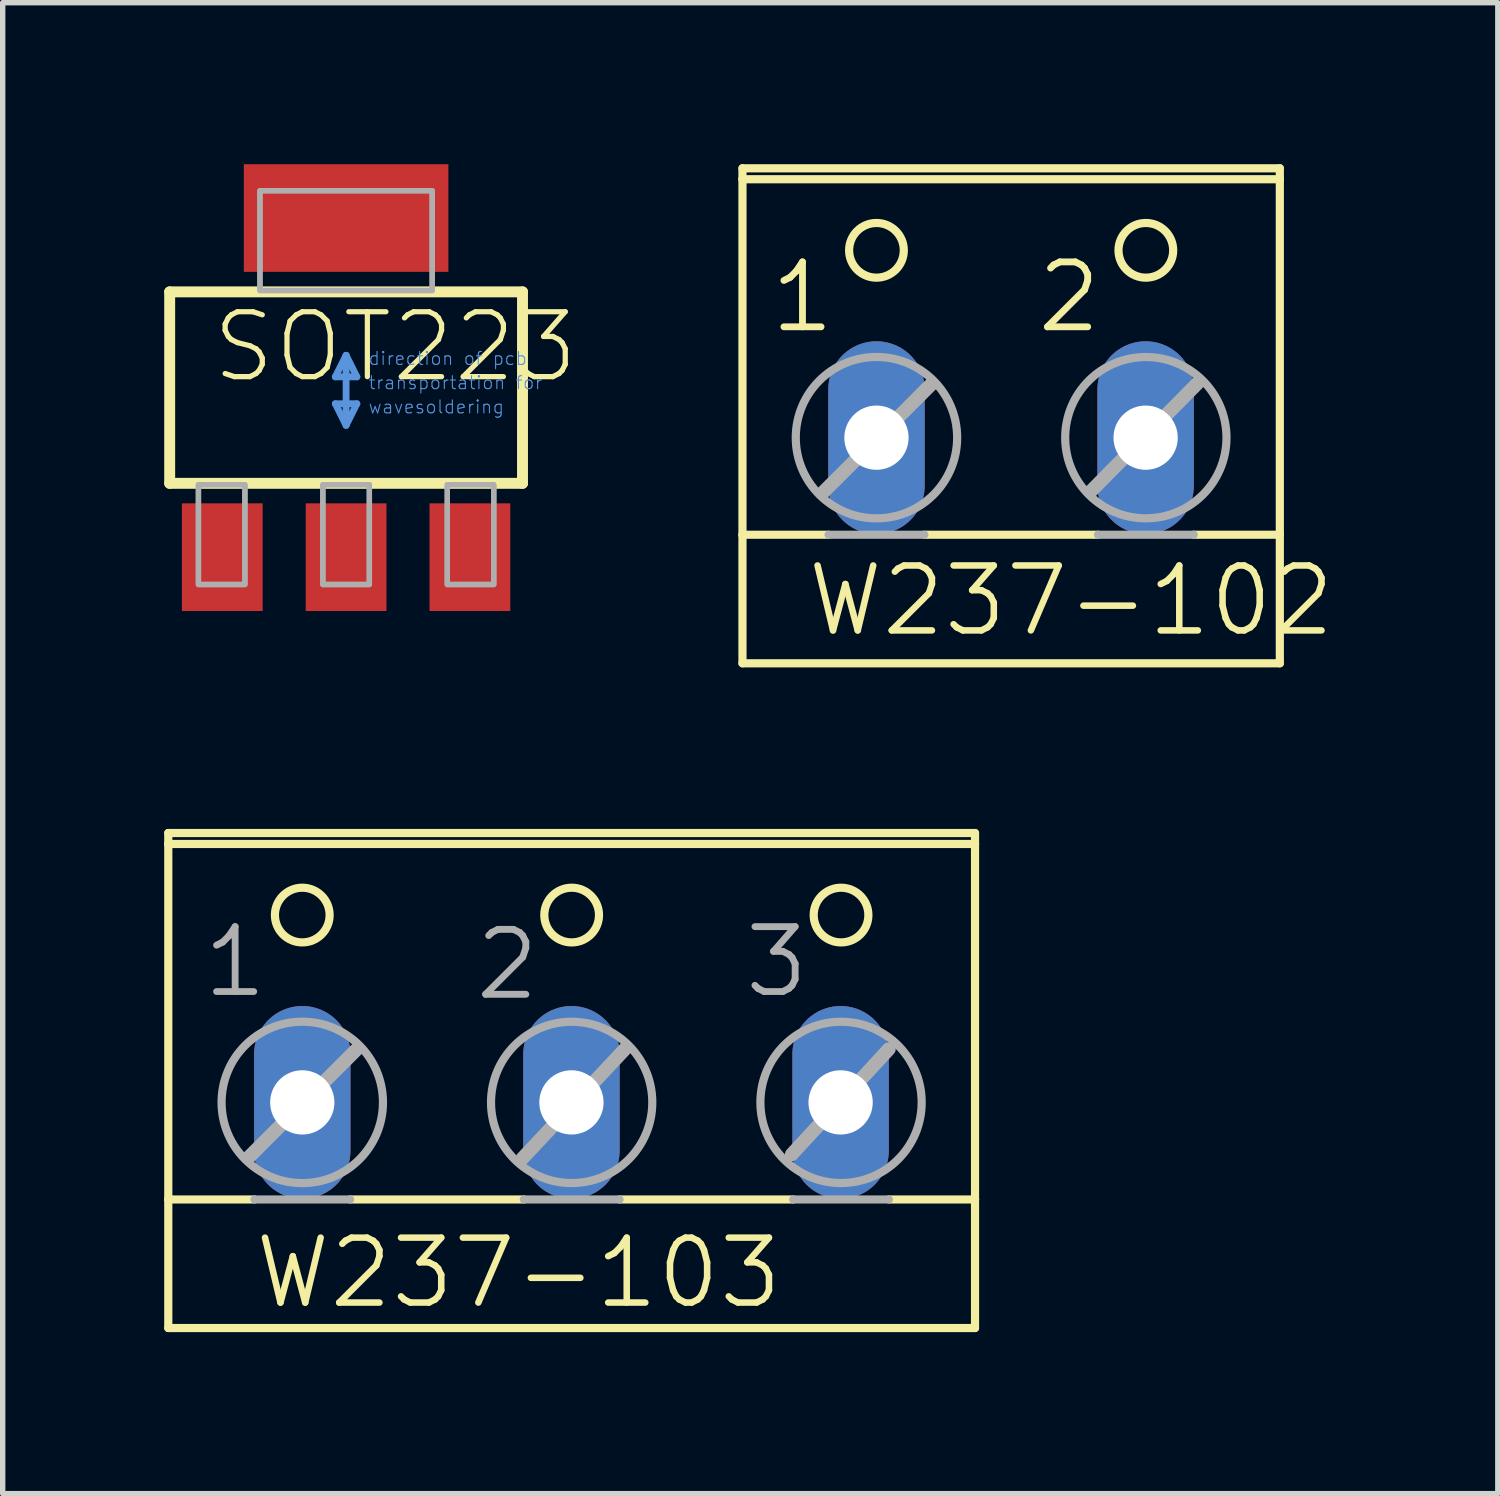
<source format=kicad_pcb>
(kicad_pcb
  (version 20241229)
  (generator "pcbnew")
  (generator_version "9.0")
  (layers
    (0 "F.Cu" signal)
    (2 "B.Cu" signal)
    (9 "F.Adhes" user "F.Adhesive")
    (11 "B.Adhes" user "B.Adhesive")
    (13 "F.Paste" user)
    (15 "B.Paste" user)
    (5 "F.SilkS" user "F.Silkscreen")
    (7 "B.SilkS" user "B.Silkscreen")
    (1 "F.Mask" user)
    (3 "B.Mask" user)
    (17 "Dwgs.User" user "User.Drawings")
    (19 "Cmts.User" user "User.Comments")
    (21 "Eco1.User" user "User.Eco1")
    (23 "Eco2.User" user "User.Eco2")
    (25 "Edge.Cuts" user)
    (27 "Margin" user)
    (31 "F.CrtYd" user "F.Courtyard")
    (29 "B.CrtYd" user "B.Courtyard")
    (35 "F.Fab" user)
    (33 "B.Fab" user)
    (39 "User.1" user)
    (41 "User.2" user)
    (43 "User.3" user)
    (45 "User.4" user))
  (footprint "W237-103"
    (layer "F.Cu")
    (at 7.565 16.138)
    (property "Reference" "W237-103" (at -5.944 5.162 0) (layer "F.SilkS") (effects (font (size 1.206 1.206) (thickness 0.121)) (justify left bottom)))
    (attr through_hole)
    (fp_line (start -7.489 -3.511) (end -7.489 -3.714) (stroke (width 0.152) (type solid)) (layer "F.SilkS"))
    (fp_line (start -7.489 3.093) (end -7.489 -3.511) (stroke (width 0.152) (type solid)) (layer "F.SilkS"))
    (fp_line (start -7.489 3.093) (end -5.889 3.093) (stroke (width 0.152) (type solid)) (layer "F.SilkS"))
    (fp_line (start -7.489 5.481) (end -7.489 3.093) (stroke (width 0.152) (type solid)) (layer "F.SilkS"))
    (fp_line (start -7.489 5.481) (end 7.497 5.481) (stroke (width 0.152) (type solid)) (layer "F.SilkS"))
    (fp_line (start -4.111 3.093) (end -0.885 3.093) (stroke (width 0.152) (type solid)) (layer "F.SilkS"))
    (fp_line (start 0.893 3.093) (end 4.119 3.093) (stroke (width 0.152) (type solid)) (layer "F.SilkS"))
    (fp_line (start 5.897 3.093) (end 7.497 3.093) (stroke (width 0.152) (type solid)) (layer "F.SilkS"))
    (fp_line (start 7.497 -3.714) (end -7.489 -3.714) (stroke (width 0.152) (type solid)) (layer "F.SilkS"))
    (fp_line (start 7.497 -3.714) (end 7.497 -3.511) (stroke (width 0.152) (type solid)) (layer "F.SilkS"))
    (fp_line (start 7.497 -3.511) (end -7.489 -3.511) (stroke (width 0.152) (type solid)) (layer "F.SilkS"))
    (fp_line (start 7.497 -3.511) (end 7.497 3.093) (stroke (width 0.152) (type solid)) (layer "F.SilkS"))
    (fp_line (start 7.497 3.093) (end 7.497 5.481) (stroke (width 0.152) (type solid)) (layer "F.SilkS"))
    (fp_circle (center -5 -2.19) (end -4.492 -2.19) (stroke (width 0.152) (type solid)) (fill no) (layer "F.SilkS"))
    (fp_circle (center 0.004 -2.19) (end 0.512 -2.19) (stroke (width 0.152) (type solid)) (fill no) (layer "F.SilkS"))
    (fp_circle (center 5.008 -2.19) (end 5.516 -2.19) (stroke (width 0.152) (type solid)) (fill no) (layer "F.SilkS"))
    (fp_line (start -5.991 2.306) (end -3.984 0.299) (stroke (width 0.254) (type solid)) (layer "F.Fab"))
    (fp_line (start -5.889 3.093) (end -4.111 3.093) (stroke (width 0.152) (type solid)) (layer "F.Fab"))
    (fp_line (start -0.911 2.331) (end 0.994 0.299) (stroke (width 0.254) (type solid)) (layer "F.Fab"))
    (fp_line (start -0.885 3.093) (end 0.893 3.093) (stroke (width 0.152) (type solid)) (layer "F.Fab"))
    (fp_line (start 4.093 2.255) (end 5.897 0.299) (stroke (width 0.254) (type solid)) (layer "F.Fab"))
    (fp_line (start 4.119 3.093) (end 5.897 3.093) (stroke (width 0.152) (type solid)) (layer "F.Fab"))
    (fp_circle (center -5 1.29) (end -3.501 1.29) (stroke (width 0.152) (type solid)) (fill no) (layer "F.Fab"))
    (fp_circle (center 0.004 1.29) (end 1.502 1.29) (stroke (width 0.152) (type solid)) (fill no) (layer "F.Fab"))
    (fp_circle (center 5.008 1.29) (end 6.506 1.29) (stroke (width 0.152) (type solid)) (fill no) (layer "F.Fab"))
    (fp_text user "3" (at 3.153 -0.615 0) (layer "F.Fab") (effects (font (size 1.206 1.206) (thickness 0.127)) (justify left bottom)))
    (fp_text user "1" (at -6.905 -0.615 0) (layer "F.Fab") (effects (font (size 1.206 1.206) (thickness 0.127)) (justify left bottom)))
    (fp_text user "2" (at -1.85 -0.564 0) (layer "F.Fab") (effects (font (size 1.206 1.206) (thickness 0.127)) (justify left bottom)))
    (pad "1" thru_hole oval (at -5 1.29 90) (size 3.581 1.791) (drill 1.194) (layers "*.Cu" "*.Mask"))
    (pad "2" thru_hole oval (at 0 1.29 90) (size 3.581 1.791) (drill 1.194) (layers "*.Cu" "*.Mask"))
    (pad "3" thru_hole oval (at 5 1.29 90) (size 3.581 1.791) (drill 1.194) (layers "*.Cu" "*.Mask")))
  (footprint "SOT223"
    (layer "F.Cu")
    (at 3.379 4.15)
    (property "Reference" "SOT223" (at -2.54 -0.051 0) (layer "F.SilkS") (effects (font (size 1.206 1.206) (thickness 0.097)) (justify left bottom)))
    (attr through_hole)
    (fp_line (start -3.277 -1.778) (end 3.277 -1.778) (stroke (width 0.203) (type solid)) (layer "F.SilkS"))
    (fp_line (start -3.277 1.778) (end -3.277 -1.778) (stroke (width 0.203) (type solid)) (layer "F.SilkS"))
    (fp_line (start 3.277 -1.778) (end 3.277 1.778) (stroke (width 0.203) (type solid)) (layer "F.SilkS"))
    (fp_line (start 3.277 1.778) (end -3.277 1.778) (stroke (width 0.203) (type solid)) (layer "F.SilkS"))
    (fp_line (start -0.2 -0.2) (end 0.2 -0.2) (stroke (width 0.127) (type solid)) (layer "Cmts.User"))
    (fp_line (start -0.2 0.3) (end 0 0.7) (stroke (width 0.127) (type solid)) (layer "Cmts.User"))
    (fp_line (start 0 -0.6) (end -0.2 -0.2) (stroke (width 0.127) (type solid)) (layer "Cmts.User"))
    (fp_line (start 0 0.7) (end 0 -0.6) (stroke (width 0.127) (type solid)) (layer "Cmts.User"))
    (fp_line (start 0 0.7) (end 0.2 0.3) (stroke (width 0.127) (type solid)) (layer "Cmts.User"))
    (fp_line (start 0.2 -0.2) (end 0 -0.6) (stroke (width 0.127) (type solid)) (layer "Cmts.User"))
    (fp_line (start 0.2 0.3) (end -0.2 0.3) (stroke (width 0.127) (type solid)) (layer "Cmts.User"))
    (fp_poly (pts (xy -2.743 1.803) (xy -2.743 3.658) (xy -1.88 3.658) (xy -1.88 1.803)) (stroke (width 0.1) (type solid)) (fill no) (layer "F.Fab"))
    (fp_poly (pts (xy -2.743 1.803) (xy -2.743 3.658) (xy -1.88 3.658) (xy -1.88 1.803)) (stroke (width 0.1) (type solid)) (fill no) (layer "F.Fab"))
    (fp_poly (pts (xy -1.6 -3.658) (xy -1.6 -1.803) (xy 1.6 -1.803) (xy 1.6 -3.658)) (stroke (width 0.1) (type solid)) (fill no) (layer "F.Fab"))
    (fp_poly (pts (xy -1.6 -3.658) (xy -1.6 -1.803) (xy 1.6 -1.803) (xy 1.6 -3.658)) (stroke (width 0.1) (type solid)) (fill no) (layer "F.Fab"))
    (fp_poly (pts (xy -0.432 1.803) (xy -0.432 3.658) (xy 0.432 3.658) (xy 0.432 1.803)) (stroke (width 0.1) (type solid)) (fill no) (layer "F.Fab"))
    (fp_poly (pts (xy -0.432 1.803) (xy -0.432 3.658) (xy 0.432 3.658) (xy 0.432 1.803)) (stroke (width 0.1) (type solid)) (fill no) (layer "F.Fab"))
    (fp_poly (pts (xy 1.88 1.803) (xy 1.88 3.658) (xy 2.743 3.658) (xy 2.743 1.803)) (stroke (width 0.1) (type solid)) (fill no) (layer "F.Fab"))
    (fp_poly (pts (xy 1.88 1.803) (xy 1.88 3.658) (xy 2.743 3.658) (xy 2.743 1.803)) (stroke (width 0.1) (type solid)) (fill no) (layer "F.Fab"))
    (fp_text user "direction of pcb" (at 0.4 -0.4 0) (layer "Cmts.User") (effects (font (size 0.241 0.241) (thickness 0.02)) (justify left bottom)))
    (fp_text user "wavesoldering" (at 0.4 0.5 0) (layer "Cmts.User") (effects (font (size 0.241 0.241) (thickness 0.02)) (justify left bottom)))
    (fp_text user "transportation for" (at 0.4 0.05 0) (layer "Cmts.User") (effects (font (size 0.241 0.241) (thickness 0.02)) (justify left bottom)))
    (pad "1" smd rect (at -2.3 3.15) (size 1.5 2) (layers "F.Cu" "F.Mask" "F.Paste"))
    (pad "2" smd rect (at 0 3.15) (size 1.5 2) (layers "F.Cu" "F.Mask" "F.Paste"))
    (pad "3" smd rect (at 2.3 3.15) (size 1.5 2) (layers "F.Cu" "F.Mask" "F.Paste"))
    (pad "4" smd rect (at 0 -3.15) (size 3.8 2) (layers "F.Cu" "F.Mask" "F.Paste")))
  (footprint "W237-102"
    (layer "F.Cu")
    (at 15.731 3.81)
    (property "Reference" "W237-102" (at -3.846 5.004 0) (layer "F.SilkS") (effects (font (size 1.206 1.206) (thickness 0.121)) (justify left bottom)))
    (attr through_hole)
    (fp_line (start -4.989 -3.531) (end -4.989 -3.734) (stroke (width 0.152) (type solid)) (layer "F.SilkS"))
    (fp_line (start -4.989 -3.531) (end 4.993 -3.531) (stroke (width 0.152) (type solid)) (layer "F.SilkS"))
    (fp_line (start -4.989 3.073) (end -4.989 -3.531) (stroke (width 0.152) (type solid)) (layer "F.SilkS"))
    (fp_line (start -4.989 3.073) (end -3.389 3.073) (stroke (width 0.152) (type solid)) (layer "F.SilkS"))
    (fp_line (start -4.989 5.461) (end -4.989 3.073) (stroke (width 0.152) (type solid)) (layer "F.SilkS"))
    (fp_line (start -4.989 5.461) (end 4.993 5.461) (stroke (width 0.152) (type solid)) (layer "F.SilkS"))
    (fp_line (start -1.611 3.073) (end 1.615 3.073) (stroke (width 0.152) (type solid)) (layer "F.SilkS"))
    (fp_line (start 3.393 3.073) (end 4.993 3.073) (stroke (width 0.152) (type solid)) (layer "F.SilkS"))
    (fp_line (start 4.993 -3.734) (end -4.989 -3.734) (stroke (width 0.152) (type solid)) (layer "F.SilkS"))
    (fp_line (start 4.993 -3.734) (end 4.993 -3.531) (stroke (width 0.152) (type solid)) (layer "F.SilkS"))
    (fp_line (start 4.993 -3.531) (end 4.993 3.073) (stroke (width 0.152) (type solid)) (layer "F.SilkS"))
    (fp_line (start 4.993 3.073) (end 4.993 5.461) (stroke (width 0.152) (type solid)) (layer "F.SilkS"))
    (fp_circle (center -2.5 -2.21) (end -1.992 -2.21) (stroke (width 0.152) (type solid)) (fill no) (layer "F.SilkS"))
    (fp_circle (center 2.504 -2.21) (end 3.012 -2.21) (stroke (width 0.152) (type solid)) (fill no) (layer "F.SilkS"))
    (fp_line (start -3.491 2.286) (end -1.484 0.279) (stroke (width 0.254) (type solid)) (layer "F.Fab"))
    (fp_line (start -3.389 3.073) (end -1.611 3.073) (stroke (width 0.152) (type solid)) (layer "F.Fab"))
    (fp_line (start 1.488 2.261) (end 3.469 0.254) (stroke (width 0.254) (type solid)) (layer "F.Fab"))
    (fp_line (start 1.615 3.073) (end 3.393 3.073) (stroke (width 0.152) (type solid)) (layer "F.Fab"))
    (fp_circle (center -2.5 1.27) (end -1.001 1.27) (stroke (width 0.152) (type solid)) (fill no) (layer "F.Fab"))
    (fp_circle (center 2.504 1.27) (end 4.002 1.27) (stroke (width 0.152) (type solid)) (fill no) (layer "F.Fab"))
    (fp_text user "2" (at 0.421 -0.635 0) (layer "F.SilkS") (effects (font (size 1.206 1.206) (thickness 0.127)) (justify left bottom)))
    (fp_text user "1" (at -4.532 -0.635 0) (layer "F.SilkS") (effects (font (size 1.206 1.206) (thickness 0.127)) (justify left bottom)))
    (pad "1" thru_hole oval (at -2.5 1.27 90) (size 3.581 1.791) (drill 1.194) (layers "*.Cu" "*.Mask"))
    (pad "2" thru_hole oval (at 2.5 1.27 90) (size 3.581 1.791) (drill 1.194) (layers "*.Cu" "*.Mask")))
  (gr_rect
    (start -3 -3)
    (end 24.773 24.695)
    (stroke (width 0.1) (type default))
    (fill no)
    (layer "Edge.Cuts")))
</source>
